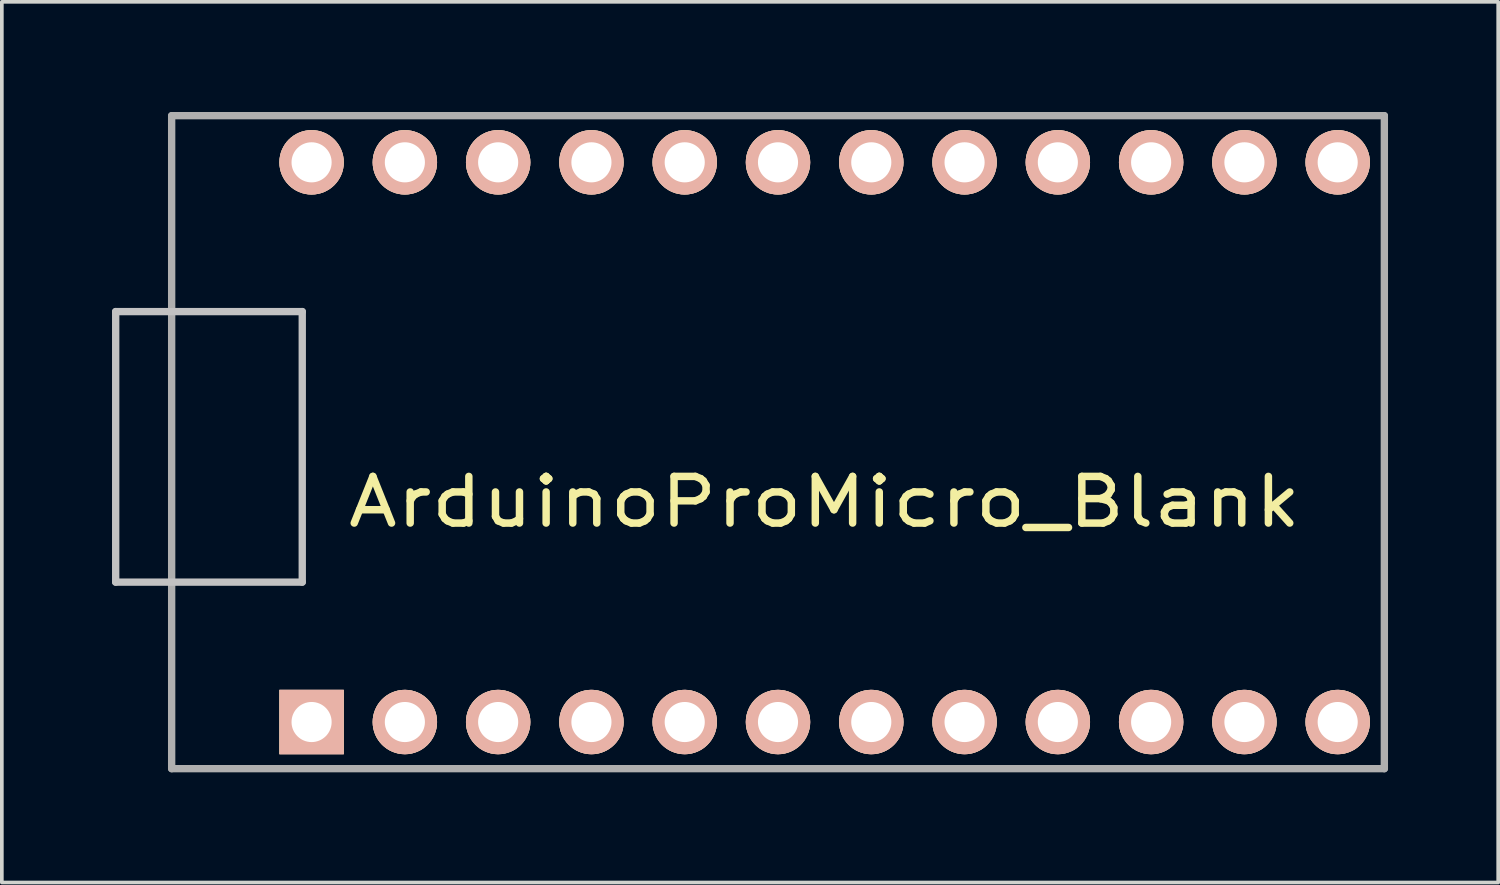
<source format=kicad_pcb>
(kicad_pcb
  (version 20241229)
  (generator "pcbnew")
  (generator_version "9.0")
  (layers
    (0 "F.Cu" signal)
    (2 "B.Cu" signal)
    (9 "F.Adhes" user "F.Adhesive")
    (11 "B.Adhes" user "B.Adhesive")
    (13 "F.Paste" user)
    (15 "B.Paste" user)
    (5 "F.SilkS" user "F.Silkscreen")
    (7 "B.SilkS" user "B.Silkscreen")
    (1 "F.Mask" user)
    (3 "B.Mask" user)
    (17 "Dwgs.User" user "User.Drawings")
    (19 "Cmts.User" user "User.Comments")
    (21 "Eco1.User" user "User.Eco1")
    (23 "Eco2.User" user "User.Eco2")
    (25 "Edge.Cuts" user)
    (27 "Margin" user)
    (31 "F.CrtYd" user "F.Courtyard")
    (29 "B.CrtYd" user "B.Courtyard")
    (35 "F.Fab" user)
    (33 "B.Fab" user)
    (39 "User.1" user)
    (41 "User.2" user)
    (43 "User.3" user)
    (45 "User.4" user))
  (footprint "ArduinoProMicro_Blank"
    (layer "F.Cu")
    (at 19.404 8.99)
    (property "Reference" "ArduinoProMicro_Blank" (at 0 1.625 0) (layer "F.SilkS") (effects (font (size 1.27 1.524) (thickness 0.203))))
    (attr through_hole)
    (fp_line (start -19.304 -3.556) (end -14.224 -3.556) (stroke (width 0.2) (type solid)) (layer "Dwgs.User"))
    (fp_line (start -19.304 3.81) (end -19.304 -3.556) (stroke (width 0.2) (type solid)) (layer "Dwgs.User"))
    (fp_line (start -14.224 -3.556) (end -14.224 3.81) (stroke (width 0.2) (type solid)) (layer "Dwgs.User"))
    (fp_line (start -14.224 3.81) (end -19.304 3.81) (stroke (width 0.2) (type solid)) (layer "Dwgs.User"))
    (fp_line (start -17.78 -8.89) (end -17.78 8.89) (stroke (width 0.2) (type solid)) (layer "F.Fab"))
    (fp_line (start 15.24 -8.89) (end -17.78 -8.89) (stroke (width 0.2) (type solid)) (layer "F.Fab"))
    (fp_line (start 15.24 8.89) (end -17.78 8.89) (stroke (width 0.2) (type solid)) (layer "F.Fab"))
    (fp_line (start 15.24 8.89) (end 15.24 -8.89) (stroke (width 0.2) (type solid)) (layer "F.Fab"))
    (pad "1" thru_hole rect (at -13.97 7.62) (size 1.753 1.753) (drill 1.092) (layers "*.Cu" "*.SilkS" "*.Mask"))
    (pad "2" thru_hole circle (at -11.43 7.62) (size 1.753 1.753) (drill 1.092) (layers "*.Cu" "*.SilkS" "*.Mask"))
    (pad "3" thru_hole circle (at -8.89 7.62) (size 1.753 1.753) (drill 1.092) (layers "*.Cu" "*.SilkS" "*.Mask"))
    (pad "4" thru_hole circle (at -6.35 7.62) (size 1.753 1.753) (drill 1.092) (layers "*.Cu" "*.SilkS" "*.Mask"))
    (pad "5" thru_hole circle (at -3.81 7.62) (size 1.753 1.753) (drill 1.092) (layers "*.Cu" "*.SilkS" "*.Mask"))
    (pad "6" thru_hole circle (at -1.27 7.62) (size 1.753 1.753) (drill 1.092) (layers "*.Cu" "*.SilkS" "*.Mask"))
    (pad "7" thru_hole circle (at 1.27 7.62) (size 1.753 1.753) (drill 1.092) (layers "*.Cu" "*.SilkS" "*.Mask"))
    (pad "8" thru_hole circle (at 3.81 7.62) (size 1.753 1.753) (drill 1.092) (layers "*.Cu" "*.SilkS" "*.Mask"))
    (pad "9" thru_hole circle (at 6.35 7.62) (size 1.753 1.753) (drill 1.092) (layers "*.Cu" "*.SilkS" "*.Mask"))
    (pad "10" thru_hole circle (at 8.89 7.62) (size 1.753 1.753) (drill 1.092) (layers "*.Cu" "*.SilkS" "*.Mask"))
    (pad "11" thru_hole circle (at 11.43 7.62) (size 1.753 1.753) (drill 1.092) (layers "*.Cu" "*.SilkS" "*.Mask"))
    (pad "12" thru_hole circle (at 13.97 7.62) (size 1.753 1.753) (drill 1.092) (layers "*.Cu" "*.SilkS" "*.Mask"))
    (pad "13" thru_hole circle (at 13.97 -7.62) (size 1.753 1.753) (drill 1.092) (layers "*.Cu" "*.SilkS" "*.Mask"))
    (pad "14" thru_hole circle (at 11.43 -7.62) (size 1.753 1.753) (drill 1.092) (layers "*.Cu" "*.SilkS" "*.Mask"))
    (pad "15" thru_hole circle (at 8.89 -7.62) (size 1.753 1.753) (drill 1.092) (layers "*.Cu" "*.SilkS" "*.Mask"))
    (pad "16" thru_hole circle (at 6.35 -7.62) (size 1.753 1.753) (drill 1.092) (layers "*.Cu" "*.SilkS" "*.Mask"))
    (pad "17" thru_hole circle (at 3.81 -7.62) (size 1.753 1.753) (drill 1.092) (layers "*.Cu" "*.SilkS" "*.Mask"))
    (pad "18" thru_hole circle (at 1.27 -7.62) (size 1.753 1.753) (drill 1.092) (layers "*.Cu" "*.SilkS" "*.Mask"))
    (pad "19" thru_hole circle (at -1.27 -7.62) (size 1.753 1.753) (drill 1.092) (layers "*.Cu" "*.SilkS" "*.Mask"))
    (pad "20" thru_hole circle (at -3.81 -7.62) (size 1.753 1.753) (drill 1.092) (layers "*.Cu" "*.SilkS" "*.Mask"))
    (pad "21" thru_hole circle (at -6.35 -7.62) (size 1.753 1.753) (drill 1.092) (layers "*.Cu" "*.SilkS" "*.Mask"))
    (pad "22" thru_hole circle (at -8.89 -7.62) (size 1.753 1.753) (drill 1.092) (layers "*.Cu" "*.SilkS" "*.Mask"))
    (pad "23" thru_hole circle (at -11.43 -7.62) (size 1.753 1.753) (drill 1.092) (layers "*.Cu" "*.SilkS" "*.Mask"))
    (pad "24" thru_hole circle (at -13.97 -7.62) (size 1.753 1.753) (drill 1.092) (layers "*.Cu" "*.SilkS" "*.Mask")))
  (gr_rect
    (start -3 -3)
    (end 37.744 20.98)
    (stroke (width 0.1) (type default))
    (fill no)
    (layer "Edge.Cuts")))
</source>
